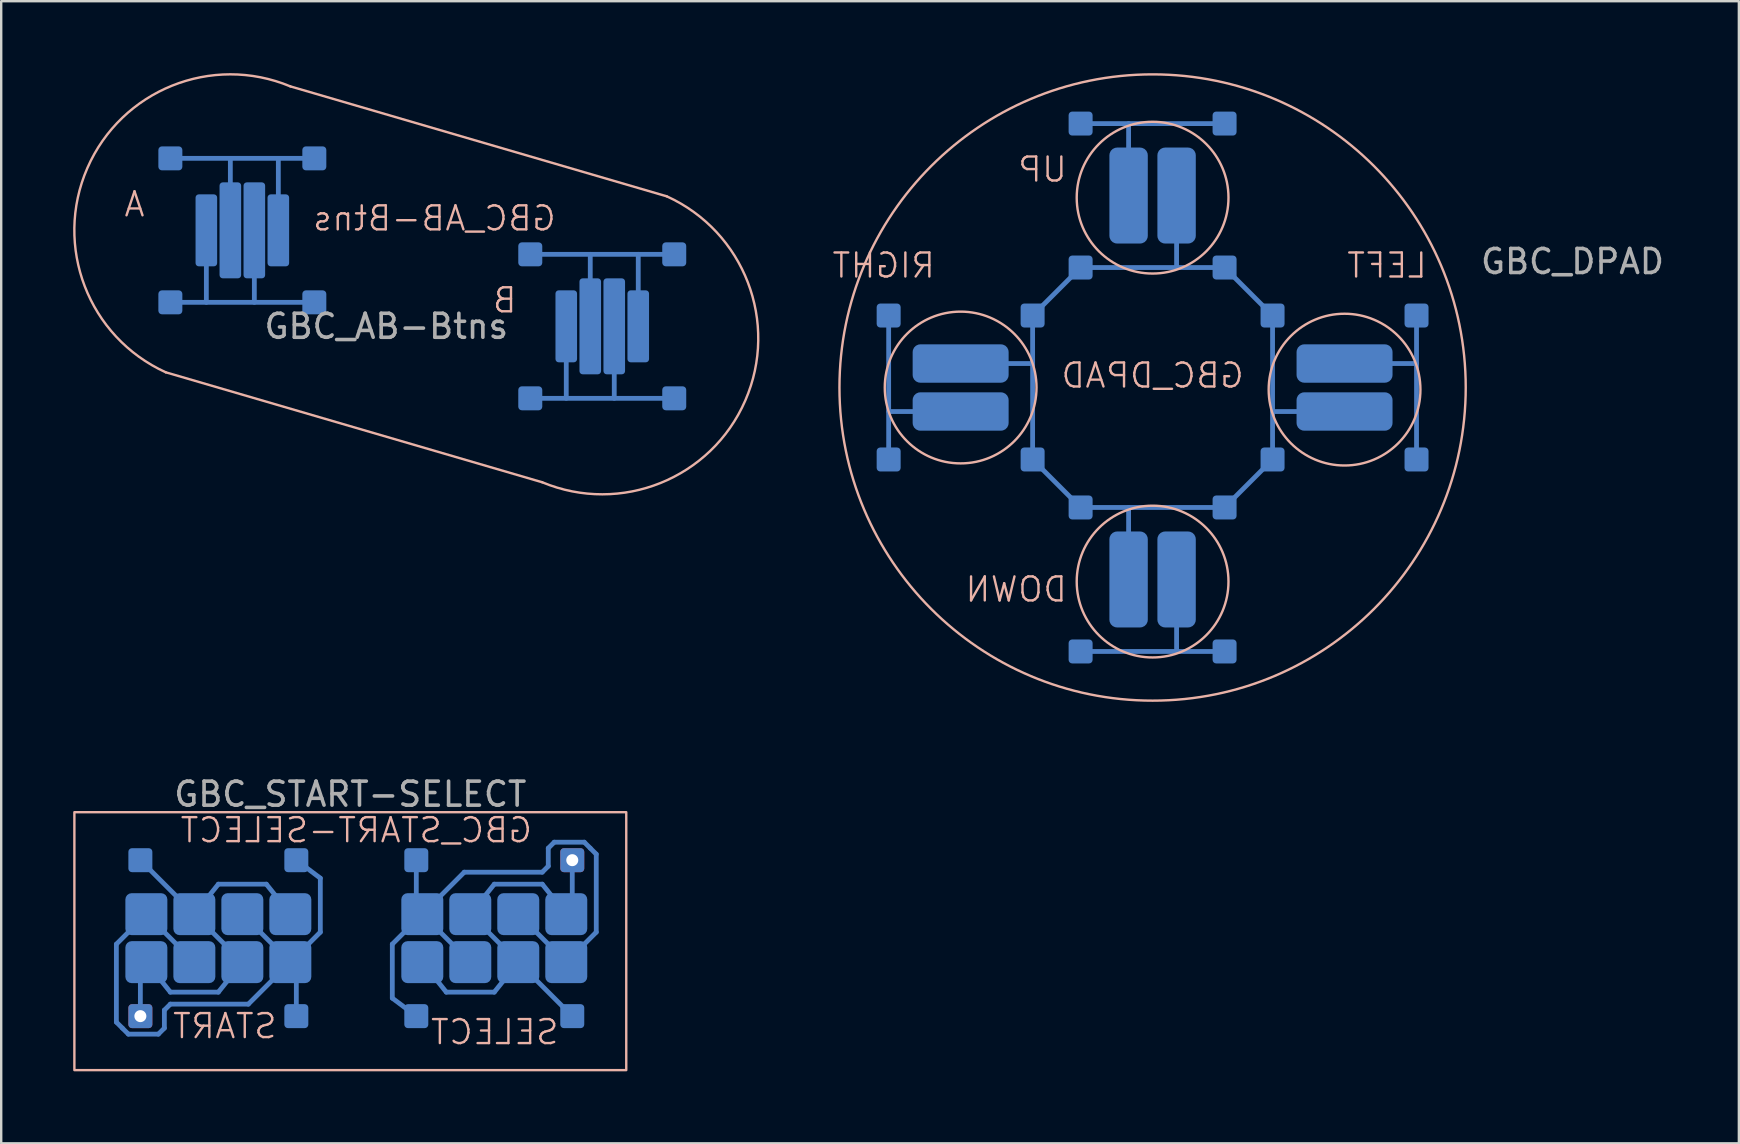
<source format=kicad_pcb>
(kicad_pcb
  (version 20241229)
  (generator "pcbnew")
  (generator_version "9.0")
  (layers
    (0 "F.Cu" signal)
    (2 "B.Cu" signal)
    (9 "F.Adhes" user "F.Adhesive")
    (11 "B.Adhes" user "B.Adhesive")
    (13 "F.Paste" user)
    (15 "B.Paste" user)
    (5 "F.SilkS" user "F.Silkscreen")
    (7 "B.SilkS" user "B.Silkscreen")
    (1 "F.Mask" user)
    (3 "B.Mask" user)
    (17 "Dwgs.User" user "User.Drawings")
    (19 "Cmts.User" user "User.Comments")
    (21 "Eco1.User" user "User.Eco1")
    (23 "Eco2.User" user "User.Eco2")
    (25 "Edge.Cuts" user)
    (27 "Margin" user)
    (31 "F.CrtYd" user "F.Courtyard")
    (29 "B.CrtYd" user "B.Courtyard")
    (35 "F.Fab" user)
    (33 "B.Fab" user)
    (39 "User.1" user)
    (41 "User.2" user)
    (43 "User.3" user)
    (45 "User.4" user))
  (footprint "GBC_AB-Btns"
    (layer "F.Cu")
    (at 13.05 8.05)
    (property "Reference" "GBC_AB-Btns" (at 2 -2 0) (unlocked yes) (layer "B.SilkS") (effects (font (size 1 1) (thickness 0.1)) (justify mirror)))
    (attr smd)
    (fp_line (start -7.5 1.5) (end -7.5 -1.5) (stroke (width 0.2) (type default)) (layer "B.Cu"))
    (fp_line (start -6.5 -1.5) (end -6.5 -4.5) (stroke (width 0.2) (type default)) (layer "B.Cu"))
    (fp_line (start -5.5 1.5) (end -5.5 -1.5) (stroke (width 0.2) (type default)) (layer "B.Cu"))
    (fp_line (start -4.5 -1.5) (end -4.5 -4.5) (stroke (width 0.2) (type default)) (layer "B.Cu"))
    (fp_line (start -3 -4.5) (end -9 -4.5) (stroke (width 0.2) (type default)) (layer "B.Cu"))
    (fp_line (start -3 1.5) (end -9 1.5) (stroke (width 0.2) (type default)) (layer "B.Cu"))
    (fp_line (start 7.5 5.5) (end 7.5 2.5) (stroke (width 0.2) (type default)) (layer "B.Cu"))
    (fp_line (start 8.5 2.5) (end 8.5 -0.5) (stroke (width 0.2) (type default)) (layer "B.Cu"))
    (fp_line (start 9.5 5.5) (end 9.5 2.5) (stroke (width 0.2) (type default)) (layer "B.Cu"))
    (fp_line (start 10.5 2.5) (end 10.5 -0.5) (stroke (width 0.2) (type default)) (layer "B.Cu"))
    (fp_line (start 12 -0.5) (end 6 -0.5) (stroke (width 0.2) (type default)) (layer "B.Cu"))
    (fp_line (start 12 5.5) (end 6 5.5) (stroke (width 0.2) (type default)) (layer "B.Cu"))
    (fp_line (start -9.19 4.417) (end 6.5 9) (stroke (width 0.1) (type default)) (layer "B.SilkS"))
    (fp_line (start -4 -7.5) (end 11.69 -2.917) (stroke (width 0.1) (type default)) (layer "B.SilkS"))
    (fp_arc (start -9.189719 4.417382) (mid -12.459446 -4.095188) (end -4 -7.5) (stroke (width 0.1) (type default)) (layer "B.SilkS"))
    (fp_arc (start 11.689719 -2.917382) (mid 14.959446 5.595188) (end 6.5 9) (stroke (width 0.1) (type default)) (layer "B.SilkS"))
    (fp_text user "B" (at 5.5 2 0) (unlocked yes) (layer "B.SilkS") (effects (font (size 1 1) (thickness 0.1)) (justify left bottom mirror)))
    (fp_text user "A" (at -10 -2 0) (unlocked yes) (layer "B.SilkS") (effects (font (size 1 1) (thickness 0.1)) (justify left bottom mirror)))
    (fp_text user "${REFERENCE}" (at 0 2.5 0) (unlocked yes) (layer "F.Fab") (effects (font (size 1 1) (thickness 0.15))))
    (pad "" smd roundrect (at -7.5 -1.5) (size 0.9 3) (layers "B.Cu" "B.Mask" "B.Paste") (roundrect_rratio 0.15))
    (pad "" smd roundrect (at -6.5 -1.5) (size 0.9 4) (layers "B.Cu" "B.Mask" "B.Paste") (roundrect_rratio 0.15))
    (pad "" smd roundrect (at -5.5 -1.5) (size 0.9 4) (layers "B.Cu" "B.Mask" "B.Paste") (roundrect_rratio 0.15))
    (pad "" smd roundrect (at -4.5 -1.5) (size 0.9 3) (layers "B.Cu" "B.Mask" "B.Paste") (roundrect_rratio 0.15))
    (pad "" smd roundrect (at 7.5 2.5) (size 0.9 3) (layers "B.Cu" "B.Mask" "B.Paste") (roundrect_rratio 0.15))
    (pad "" smd roundrect (at 8.5 2.5) (size 0.9 4) (layers "B.Cu" "B.Mask" "B.Paste") (roundrect_rratio 0.15))
    (pad "" smd roundrect (at 9.5 2.5) (size 0.9 4) (layers "B.Cu" "B.Mask" "B.Paste") (roundrect_rratio 0.15))
    (pad "" smd roundrect (at 10.5 2.5) (size 0.9 3) (layers "B.Cu" "B.Mask" "B.Paste") (roundrect_rratio 0.15))
    (pad "1" smd roundrect (at -9 -4.5) (size 1 1) (layers "B.Cu" "B.Mask" "B.Paste") (roundrect_rratio 0.15))
    (pad "1" smd roundrect (at -3 -4.5) (size 1 1) (layers "B.Cu" "B.Mask" "B.Paste") (roundrect_rratio 0.15))
    (pad "1" smd roundrect (at 6 -0.5) (size 1 1) (layers "B.Cu" "B.Mask" "B.Paste") (roundrect_rratio 0.15))
    (pad "1" smd roundrect (at 12 -0.5) (size 1 1) (layers "B.Cu" "B.Mask" "B.Paste") (roundrect_rratio 0.15))
    (pad "2" smd roundrect (at -9 1.5) (size 1 1) (layers "B.Cu" "B.Mask" "B.Paste") (roundrect_rratio 0.15))
    (pad "2" smd roundrect (at -3 1.5) (size 1 1) (layers "B.Cu" "B.Mask" "B.Paste") (roundrect_rratio 0.15))
    (pad "2" smd roundrect (at 6 5.5) (size 1 1) (layers "B.Cu" "B.Mask" "B.Paste") (roundrect_rratio 0.15))
    (pad "2" smd roundrect (at 12 5.5) (size 1 1) (layers "B.Cu" "B.Mask" "B.Paste") (roundrect_rratio 0.15)))
  (footprint "GBC_START-SELECT"
    (layer "F.Cu")
    (at 12.05 36.049)
    (property "Reference" "GBC_START-SELECT" (at -0.25 -4.5 0) (unlocked yes) (layer "B.SilkS") (effects (font (size 1 1) (thickness 0.1)) (justify mirror)))
    (attr smd)
    (fp_line (start -10.25 0.25) (end -9 -1) (stroke (width 0.2) (type default)) (layer "B.Cu"))
    (fp_line (start -10.25 3.5) (end -10.25 0.25) (stroke (width 0.2) (type default)) (layer "B.Cu"))
    (fp_line (start -10 3.75) (end -10.25 3.5) (stroke (width 0.2) (type default)) (layer "B.Cu"))
    (fp_line (start -9.75 4) (end -10 3.75) (stroke (width 0.2) (type default)) (layer "B.Cu"))
    (fp_line (start -9.25 -3.25) (end -7 -1) (stroke (width 0.2) (type default)) (layer "B.Cu"))
    (fp_line (start -9.25 3.25) (end -9.25 1) (stroke (width 0.2) (type default)) (layer "B.Cu"))
    (fp_line (start -9 -1) (end -7 1) (stroke (width 0.2) (type default)) (layer "B.Cu"))
    (fp_line (start -8.5 4) (end -9.75 4) (stroke (width 0.2) (type default)) (layer "B.Cu"))
    (fp_line (start -8.25 3) (end -8.25 3.75) (stroke (width 0.2) (type default)) (layer "B.Cu"))
    (fp_line (start -8.25 3.75) (end -8.5 4) (stroke (width 0.2) (type default)) (layer "B.Cu"))
    (fp_line (start -8 2.25) (end -9 1) (stroke (width 0.2) (type default)) (layer "B.Cu"))
    (fp_line (start -8 2.75) (end -8.25 3) (stroke (width 0.2) (type default)) (layer "B.Cu"))
    (fp_line (start -7 -1) (end -6 -2.25) (stroke (width 0.2) (type default)) (layer "B.Cu"))
    (fp_line (start -7 -1) (end -5 1) (stroke (width 0.2) (type default)) (layer "B.Cu"))
    (fp_line (start -6 -2.25) (end -4 -2.25) (stroke (width 0.2) (type default)) (layer "B.Cu"))
    (fp_line (start -6 2.25) (end -8 2.25) (stroke (width 0.2) (type default)) (layer "B.Cu"))
    (fp_line (start -5 -1) (end -3 1) (stroke (width 0.2) (type default)) (layer "B.Cu"))
    (fp_line (start -5 1) (end -6 2.25) (stroke (width 0.2) (type default)) (layer "B.Cu"))
    (fp_line (start -4.75 2.75) (end -8 2.75) (stroke (width 0.2) (type default)) (layer "B.Cu"))
    (fp_line (start -4 -2.25) (end -3 -1) (stroke (width 0.2) (type default)) (layer "B.Cu"))
    (fp_line (start -3 1) (end -4.75 2.75) (stroke (width 0.2) (type default)) (layer "B.Cu"))
    (fp_line (start -3 1) (end -1.75 -0.25) (stroke (width 0.2) (type default)) (layer "B.Cu"))
    (fp_line (start -2.75 3.25) (end -2.75 1) (stroke (width 0.2) (type default)) (layer "B.Cu"))
    (fp_line (start -1.75 -2.5) (end -2.75 -3.25) (stroke (width 0.2) (type default)) (layer "B.Cu"))
    (fp_line (start -1.75 -0.25) (end -1.75 -2.5) (stroke (width 0.2) (type default)) (layer "B.Cu"))
    (fp_line (start 1.25 0.25) (end 1.25 2.5) (stroke (width 0.2) (type default)) (layer "B.Cu"))
    (fp_line (start 1.25 2.5) (end 2.25 3.25) (stroke (width 0.2) (type default)) (layer "B.Cu"))
    (fp_line (start 2.25 -3.25) (end 2.25 -1) (stroke (width 0.2) (type default)) (layer "B.Cu"))
    (fp_line (start 2.5 -1) (end 1.25 0.25) (stroke (width 0.2) (type default)) (layer "B.Cu"))
    (fp_line (start 2.5 -1) (end 4.25 -2.75) (stroke (width 0.2) (type default)) (layer "B.Cu"))
    (fp_line (start 3.5 2.25) (end 2.5 1) (stroke (width 0.2) (type default)) (layer "B.Cu"))
    (fp_line (start 4.25 -2.75) (end 7.5 -2.75) (stroke (width 0.2) (type default)) (layer "B.Cu"))
    (fp_line (start 4.5 -1) (end 5.5 -2.25) (stroke (width 0.2) (type default)) (layer "B.Cu"))
    (fp_line (start 4.5 1) (end 2.5 -1) (stroke (width 0.2) (type default)) (layer "B.Cu"))
    (fp_line (start 5.5 -2.25) (end 7.5 -2.25) (stroke (width 0.2) (type default)) (layer "B.Cu"))
    (fp_line (start 5.5 2.25) (end 3.5 2.25) (stroke (width 0.2) (type default)) (layer "B.Cu"))
    (fp_line (start 6.5 1) (end 4.5 -1) (stroke (width 0.2) (type default)) (layer "B.Cu"))
    (fp_line (start 6.5 1) (end 5.5 2.25) (stroke (width 0.2) (type default)) (layer "B.Cu"))
    (fp_line (start 7.5 -2.75) (end 7.75 -3) (stroke (width 0.2) (type default)) (layer "B.Cu"))
    (fp_line (start 7.5 -2.25) (end 8.5 -1) (stroke (width 0.2) (type default)) (layer "B.Cu"))
    (fp_line (start 7.75 -3.75) (end 8 -4) (stroke (width 0.2) (type default)) (layer "B.Cu"))
    (fp_line (start 7.75 -3) (end 7.75 -3.75) (stroke (width 0.2) (type default)) (layer "B.Cu"))
    (fp_line (start 8 -4) (end 9.25 -4) (stroke (width 0.2) (type default)) (layer "B.Cu"))
    (fp_line (start 8.5 1) (end 6.5 -1) (stroke (width 0.2) (type default)) (layer "B.Cu"))
    (fp_line (start 8.75 -3.25) (end 8.75 -1) (stroke (width 0.2) (type default)) (layer "B.Cu"))
    (fp_line (start 8.75 3.25) (end 6.5 1) (stroke (width 0.2) (type default)) (layer "B.Cu"))
    (fp_line (start 9.25 -4) (end 9.5 -3.75) (stroke (width 0.2) (type default)) (layer "B.Cu"))
    (fp_line (start 9.5 -3.75) (end 9.75 -3.5) (stroke (width 0.2) (type default)) (layer "B.Cu"))
    (fp_line (start 9.75 -3.5) (end 9.75 -0.25) (stroke (width 0.2) (type default)) (layer "B.Cu"))
    (fp_line (start 9.75 -0.25) (end 8.5 1) (stroke (width 0.2) (type default)) (layer "B.Cu"))
    (fp_rect (start -12 -5.25) (end 11 5.5) (stroke (width 0.1) (type default)) (fill no) (layer "B.SilkS"))
    (fp_text user "SELECT" (at 8.25 4.5 0) (unlocked yes) (layer "B.SilkS") (effects (font (size 1 1) (thickness 0.1)) (justify left bottom mirror)))
    (fp_text user "START" (at -3.5 4.25 0) (unlocked yes) (layer "B.SilkS") (effects (font (size 1 1) (thickness 0.1)) (justify left bottom mirror)))
    (fp_text user "${REFERENCE}" (at -0.5 -6 0) (unlocked yes) (layer "F.Fab") (effects (font (size 1 1) (thickness 0.15))))
    (pad "" smd roundrect (at -9 -1) (size 1.75 1.75) (layers "B.Cu" "B.Mask" "B.Paste") (roundrect_rratio 0.15))
    (pad "" smd roundrect (at -9 1) (size 1.75 1.75) (layers "B.Cu" "B.Mask" "B.Paste") (roundrect_rratio 0.15))
    (pad "" smd roundrect (at -7 -1) (size 1.75 1.75) (layers "B.Cu" "B.Mask" "B.Paste") (roundrect_rratio 0.15))
    (pad "" smd roundrect (at -7 1) (size 1.75 1.75) (layers "B.Cu" "B.Mask" "B.Paste") (roundrect_rratio 0.15))
    (pad "" smd roundrect (at -5 -1) (size 1.75 1.75) (layers "B.Cu" "B.Mask" "B.Paste") (roundrect_rratio 0.15))
    (pad "" smd roundrect (at -5 1) (size 1.75 1.75) (layers "B.Cu" "B.Mask" "B.Paste") (roundrect_rratio 0.15))
    (pad "" smd roundrect (at -3 -1) (size 1.75 1.75) (layers "B.Cu" "B.Mask" "B.Paste") (roundrect_rratio 0.15))
    (pad "" smd roundrect (at -3 1) (size 1.75 1.75) (layers "B.Cu" "B.Mask" "B.Paste") (roundrect_rratio 0.15))
    (pad "" smd roundrect (at 2.5 -1 180) (size 1.75 1.75) (layers "B.Cu" "B.Mask" "B.Paste") (roundrect_rratio 0.15))
    (pad "" smd roundrect (at 2.5 1 180) (size 1.75 1.75) (layers "B.Cu" "B.Mask" "B.Paste") (roundrect_rratio 0.15))
    (pad "" smd roundrect (at 4.5 -1 180) (size 1.75 1.75) (layers "B.Cu" "B.Mask" "B.Paste") (roundrect_rratio 0.15))
    (pad "" smd roundrect (at 4.5 1 180) (size 1.75 1.75) (layers "B.Cu" "B.Mask" "B.Paste") (roundrect_rratio 0.15))
    (pad "" smd roundrect (at 6.5 -1 180) (size 1.75 1.75) (layers "B.Cu" "B.Mask" "B.Paste") (roundrect_rratio 0.15))
    (pad "" smd roundrect (at 6.5 1 180) (size 1.75 1.75) (layers "B.Cu" "B.Mask" "B.Paste") (roundrect_rratio 0.15))
    (pad "" smd roundrect (at 8.5 -1 180) (size 1.75 1.75) (layers "B.Cu" "B.Mask" "B.Paste") (roundrect_rratio 0.15))
    (pad "" smd roundrect (at 8.5 1 180) (size 1.75 1.75) (layers "B.Cu" "B.Mask" "B.Paste") (roundrect_rratio 0.15))
    (pad "1" smd roundrect (at -2.75 -3.25) (size 1 1) (layers "B.Cu" "B.Mask" "B.Paste") (roundrect_rratio 0.15))
    (pad "1" smd roundrect (at -2.75 3.25) (size 1 1) (layers "B.Cu" "B.Mask" "B.Paste") (roundrect_rratio 0.15))
    (pad "1" smd roundrect (at 2.25 -3.25 180) (size 1 1) (layers "B.Cu" "B.Mask" "B.Paste") (roundrect_rratio 0.15))
    (pad "1" smd roundrect (at 2.25 3.25 180) (size 1 1) (layers "B.Cu" "B.Mask" "B.Paste") (roundrect_rratio 0.15))
    (pad "2" smd roundrect (at -9.25 -3.25) (size 1 1) (layers "B.Cu" "B.Mask" "B.Paste") (roundrect_rratio 0.15))
    (pad "2" thru_hole roundrect (at -9.25 3.25) (size 1 1) (drill 0.5) (layers "*.Cu" "*.Mask") (roundrect_rratio 0.15))
    (pad "3" thru_hole roundrect (at 8.75 -3.25 180) (size 1 1) (drill 0.5) (layers "*.Cu" "*.Mask") (roundrect_rratio 0.15))
    (pad "3" smd roundrect (at 8.75 3.25 180) (size 1 1) (layers "B.Cu" "B.Mask" "B.Paste") (roundrect_rratio 0.15)))
  (footprint "GBC_DPAD"
    (layer "F.Cu")
    (at 44.986 13.1)
    (property "Reference" "GBC_DPAD" (at 0 -0.5 0) (unlocked yes) (layer "B.SilkS") (effects (font (size 1 1) (thickness 0.1)) (justify mirror)))
    (attr smd)
    (fp_line (start -11 1) (end -8 1) (stroke (width 0.2) (type default)) (layer "B.Cu"))
    (fp_line (start -11 3) (end -11 -3) (stroke (width 0.2) (type default)) (layer "B.Cu"))
    (fp_line (start -5 -1) (end -8 -1) (stroke (width 0.2) (type default)) (layer "B.Cu"))
    (fp_line (start -5 3) (end -5 -3) (stroke (width 0.2) (type default)) (layer "B.Cu"))
    (fp_line (start -5 3) (end -3 5) (stroke (width 0.2) (type default)) (layer "B.Cu"))
    (fp_line (start -3 -11) (end 3 -11) (stroke (width 0.2) (type default)) (layer "B.Cu"))
    (fp_line (start -3 -5) (end -5 -3) (stroke (width 0.2) (type default)) (layer "B.Cu"))
    (fp_line (start -3 -5) (end 3 -5) (stroke (width 0.2) (type default)) (layer "B.Cu"))
    (fp_line (start -1 -11) (end -1 -8) (stroke (width 0.2) (type default)) (layer "B.Cu"))
    (fp_line (start -1 5) (end -1 8) (stroke (width 0.2) (type default)) (layer "B.Cu"))
    (fp_line (start 1 -5) (end 1 -8) (stroke (width 0.2) (type default)) (layer "B.Cu"))
    (fp_line (start 1 11) (end 1 8) (stroke (width 0.2) (type default)) (layer "B.Cu"))
    (fp_line (start 3 5) (end -3 5) (stroke (width 0.2) (type default)) (layer "B.Cu"))
    (fp_line (start 3 5) (end 5 3) (stroke (width 0.2) (type default)) (layer "B.Cu"))
    (fp_line (start 3 11) (end -3 11) (stroke (width 0.2) (type default)) (layer "B.Cu"))
    (fp_line (start 5 -3) (end 3 -5) (stroke (width 0.2) (type default)) (layer "B.Cu"))
    (fp_line (start 5 -3) (end 5 3) (stroke (width 0.2) (type default)) (layer "B.Cu"))
    (fp_line (start 5 1) (end 8 1) (stroke (width 0.2) (type default)) (layer "B.Cu"))
    (fp_line (start 11 -3) (end 11 3) (stroke (width 0.2) (type default)) (layer "B.Cu"))
    (fp_line (start 11 -1) (end 8 -1) (stroke (width 0.2) (type default)) (layer "B.Cu"))
    (fp_circle (center -8 0) (end -5 -1) (stroke (width 0.1) (type default)) (fill no) (layer "B.SilkS"))
    (fp_circle (center 0 -7.912) (end 3 -8.912) (stroke (width 0.1) (type default)) (fill no) (layer "B.SilkS"))
    (fp_circle (center 0 0) (end 12.25 -4.5) (stroke (width 0.1) (type default)) (fill no) (layer "B.SilkS"))
    (fp_circle (center 0 8.088) (end 3 7.088) (stroke (width 0.1) (type default)) (fill no) (layer "B.SilkS"))
    (fp_circle (center 8 0.088) (end 11 -0.912) (stroke (width 0.1) (type default)) (fill no) (layer "B.SilkS"))
    (fp_text user "DOWN" (at -3.5 9 0) (unlocked yes) (layer "B.SilkS") (effects (font (size 1 1) (thickness 0.1)) (justify left bottom mirror)))
    (fp_text user "UP" (at -3.5 -8.5 0) (unlocked yes) (layer "B.SilkS") (effects (font (size 1 1) (thickness 0.1)) (justify left bottom mirror)))
    (fp_text user "LEFT" (at 11.5 -4.5 0) (unlocked yes) (layer "B.SilkS") (effects (font (size 1 1) (thickness 0.1)) (justify left bottom mirror)))
    (fp_text user "RIGHT" (at -9 -4.5 0) (unlocked yes) (layer "B.SilkS") (effects (font (size 1 1) (thickness 0.1)) (justify left bottom mirror)))
    (fp_text user "${REFERENCE}" (at 17.5 -5.25 0) (unlocked yes) (layer "F.Fab") (effects (font (size 1 1) (thickness 0.15))))
    (pad "" smd roundrect (at -8 -1 270) (size 1.6 4) (layers "B.Cu" "B.Mask" "B.Paste") (roundrect_rratio 0.2))
    (pad "" smd roundrect (at -8 1 270) (size 1.6 4) (layers "B.Cu" "B.Mask" "B.Paste") (roundrect_rratio 0.2))
    (pad "" smd roundrect (at -1 -8 180) (size 1.6 4) (layers "B.Cu" "B.Mask" "B.Paste") (roundrect_rratio 0.2))
    (pad "" smd roundrect (at -1 8) (size 1.6 4) (layers "B.Cu" "B.Mask" "B.Paste") (roundrect_rratio 0.2))
    (pad "" smd roundrect (at 1 -8 180) (size 1.6 4) (layers "B.Cu" "B.Mask" "B.Paste") (roundrect_rratio 0.2))
    (pad "" smd roundrect (at 1 8) (size 1.6 4) (layers "B.Cu" "B.Mask" "B.Paste") (roundrect_rratio 0.2))
    (pad "" smd roundrect (at 8 -1 90) (size 1.6 4) (layers "B.Cu" "B.Mask" "B.Paste") (roundrect_rratio 0.2))
    (pad "" smd roundrect (at 8 1 90) (size 1.6 4) (layers "B.Cu" "B.Mask" "B.Paste") (roundrect_rratio 0.2))
    (pad "1" smd roundrect (at -5 -3 270) (size 1 1) (layers "B.Cu" "B.Mask" "B.Paste") (roundrect_rratio 0.15))
    (pad "1" smd roundrect (at -5 3 270) (size 1 1) (layers "B.Cu" "B.Mask" "B.Paste") (roundrect_rratio 0.15))
    (pad "1" smd roundrect (at -3 -5 180) (size 1 1) (layers "B.Cu" "B.Mask" "B.Paste") (roundrect_rratio 0.15))
    (pad "1" smd roundrect (at -3 5) (size 1 1) (layers "B.Cu" "B.Mask" "B.Paste") (roundrect_rratio 0.15))
    (pad "1" smd roundrect (at 3 -5 180) (size 1 1) (layers "B.Cu" "B.Mask" "B.Paste") (roundrect_rratio 0.15))
    (pad "1" smd roundrect (at 3 5) (size 1 1) (layers "B.Cu" "B.Mask" "B.Paste") (roundrect_rratio 0.15))
    (pad "1" smd roundrect (at 5 -3 90) (size 1 1) (layers "B.Cu" "B.Mask" "B.Paste") (roundrect_rratio 0.15))
    (pad "1" smd roundrect (at 5 3 90) (size 1 1) (layers "B.Cu" "B.Mask" "B.Paste") (roundrect_rratio 0.15))
    (pad "2" smd roundrect (at -3 -11 180) (size 1 1) (layers "B.Cu" "B.Mask" "B.Paste") (roundrect_rratio 0.15))
    (pad "2" smd roundrect (at 3 -11 180) (size 1 1) (layers "B.Cu" "B.Mask" "B.Paste") (roundrect_rratio 0.15))
    (pad "3" smd roundrect (at -11 -3 270) (size 1 1) (layers "B.Cu" "B.Mask" "B.Paste") (roundrect_rratio 0.15))
    (pad "3" smd roundrect (at -11 3 270) (size 1 1) (layers "B.Cu" "B.Mask" "B.Paste") (roundrect_rratio 0.15))
    (pad "4" smd roundrect (at -3 11) (size 1 1) (layers "B.Cu" "B.Mask" "B.Paste") (roundrect_rratio 0.15))
    (pad "4" smd roundrect (at 3 11) (size 1 1) (layers "B.Cu" "B.Mask" "B.Paste") (roundrect_rratio 0.15))
    (pad "5" smd roundrect (at 11 -3 90) (size 1 1) (layers "B.Cu" "B.Mask" "B.Paste") (roundrect_rratio 0.15))
    (pad "5" smd roundrect (at 11 3 90) (size 1 1) (layers "B.Cu" "B.Mask" "B.Paste") (roundrect_rratio 0.15)))
  (gr_rect
    (start -3 -3)
    (end 69.42 44.599)
    (stroke (width 0.1) (type default))
    (fill no)
    (layer "Edge.Cuts")))
</source>
